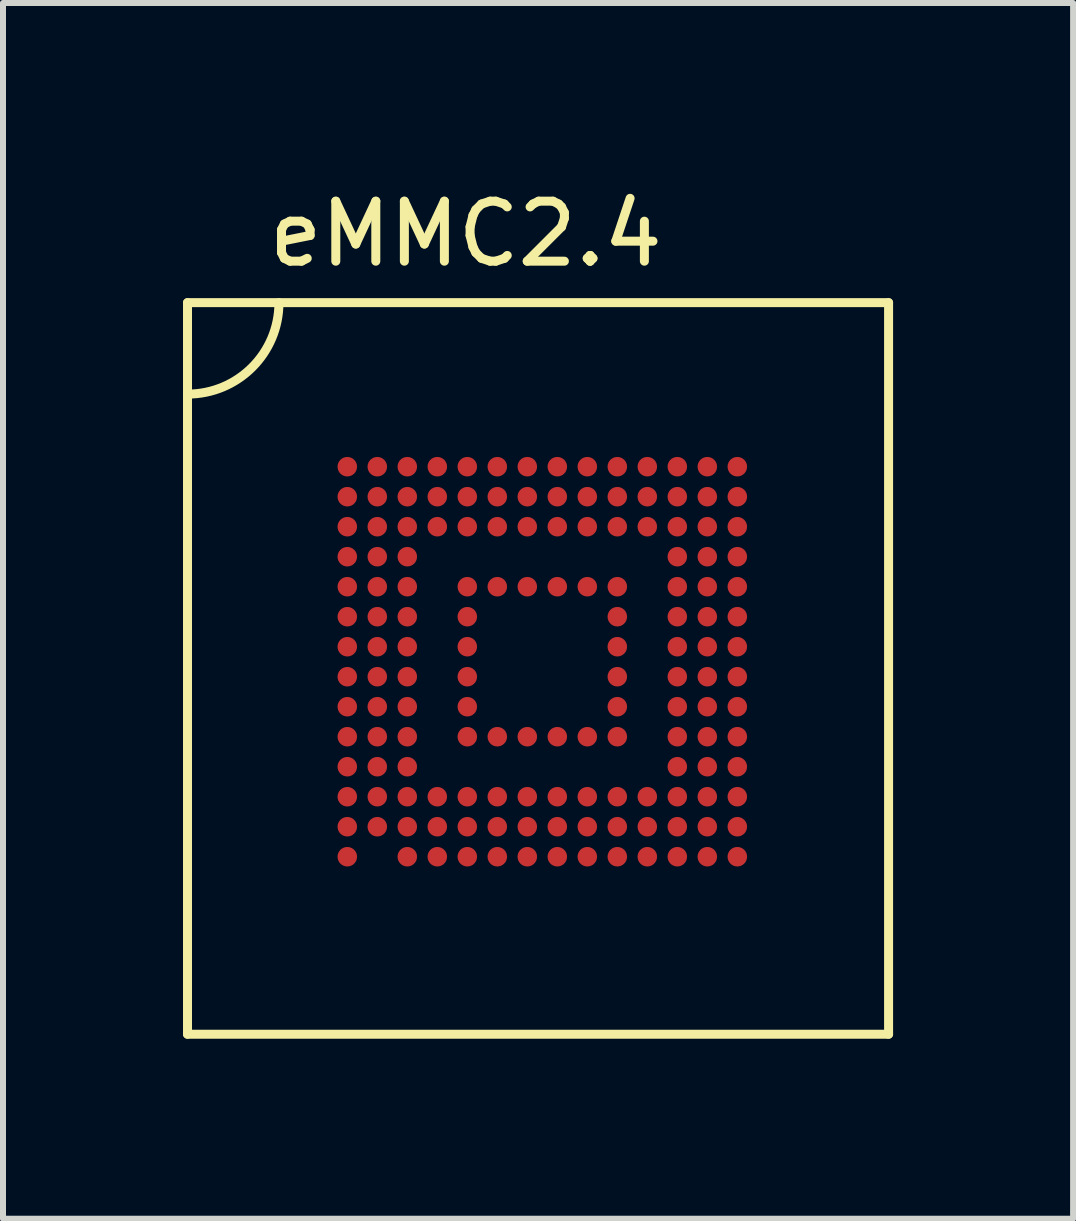
<source format=kicad_pcb>
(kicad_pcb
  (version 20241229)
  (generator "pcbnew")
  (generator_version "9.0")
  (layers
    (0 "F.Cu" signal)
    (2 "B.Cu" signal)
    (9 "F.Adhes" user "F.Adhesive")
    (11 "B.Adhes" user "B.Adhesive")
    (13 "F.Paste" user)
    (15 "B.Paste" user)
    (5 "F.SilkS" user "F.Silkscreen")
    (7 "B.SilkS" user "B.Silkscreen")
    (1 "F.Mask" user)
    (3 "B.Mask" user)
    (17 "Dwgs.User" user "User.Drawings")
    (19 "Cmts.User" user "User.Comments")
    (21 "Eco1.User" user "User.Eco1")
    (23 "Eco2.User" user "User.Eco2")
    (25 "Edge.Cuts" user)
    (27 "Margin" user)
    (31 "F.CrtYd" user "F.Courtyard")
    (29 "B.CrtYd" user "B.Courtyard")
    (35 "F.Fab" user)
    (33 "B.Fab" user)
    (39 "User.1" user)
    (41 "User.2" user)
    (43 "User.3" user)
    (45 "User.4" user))
  (footprint "eMMC2.4"
    (layer "F.Cu")
    (at 0.583 0.978)
    (property "Reference" "eMMC2.4" (at 4.13 -0.13 0) (layer "F.SilkS") (effects (font (size 1 1) (thickness 0.15))))
    (attr through_hole)
    (fp_line (start -0.508 1.016) (end -0.508 13.208) (stroke (width 0.15) (type solid)) (layer "F.SilkS"))
    (fp_line (start -0.508 13.208) (end 11.176 13.208) (stroke (width 0.15) (type solid)) (layer "F.SilkS"))
    (fp_line (start 11.176 1.016) (end -0.508 1.016) (stroke (width 0.15) (type solid)) (layer "F.SilkS"))
    (fp_line (start 11.176 13.208) (end 11.176 1.016) (stroke (width 0.15) (type solid)) (layer "F.SilkS"))
    (fp_arc (start 1.016 1.016) (mid 0.569631 2.093631) (end -0.508 2.54) (stroke (width 0.15) (type solid)) (layer "F.SilkS"))
    (pad "1" smd circle (at 3.155 3.75 180) (size 0.325 0.325) (layers "F.Cu" "F.Mask" "F.Paste"))
    (pad "2" smd circle (at 3.655 3.75 180) (size 0.325 0.325) (layers "F.Cu" "F.Mask" "F.Paste"))
    (pad "3" smd circle (at 4.155 3.75 180) (size 0.325 0.325) (layers "F.Cu" "F.Mask" "F.Paste"))
    (pad "4" smd circle (at 5.655 3.75 180) (size 0.325 0.325) (layers "F.Cu" "F.Mask" "F.Paste"))
    (pad "5" smd circle (at 6.155 3.75 180) (size 0.325 0.325) (layers "F.Cu" "F.Mask" "F.Paste"))
    (pad "6" smd circle (at 2.655 4.25 180) (size 0.325 0.325) (layers "F.Cu" "F.Mask" "F.Paste"))
    (pad "7" smd circle (at 3.155 4.25 180) (size 0.325 0.325) (layers "F.Cu" "F.Mask" "F.Paste"))
    (pad "8" smd circle (at 3.655 4.25 180) (size 0.325 0.325) (layers "F.Cu" "F.Mask" "F.Paste"))
    (pad "9" smd circle (at 4.155 4.25 180) (size 0.325 0.325) (layers "F.Cu" "F.Mask" "F.Paste"))
    (pad "10" smd circle (at 4.655 4.25 180) (size 0.325 0.325) (layers "F.Cu" "F.Mask" "F.Paste"))
    (pad "11" smd circle (at 2.655 4.75 180) (size 0.325 0.325) (layers "F.Cu" "F.Mask" "F.Paste"))
    (pad "12" smd circle (at 6.655 3.75 180) (size 0.325 0.325) (layers "F.Cu" "F.Mask" "F.Paste"))
    (pad "13" smd circle (at 7.155 3.75 180) (size 0.325 0.325) (layers "F.Cu" "F.Mask" "F.Paste"))
    (pad "14" smd circle (at 5.155 3.75 180) (size 0.325 0.325) (layers "F.Cu" "F.Mask" "F.Paste"))
    (pad "15" smd circle (at 4.155 5.75 180) (size 0.325 0.325) (layers "F.Cu" "F.Mask" "F.Paste"))
    (pad "16" smd circle (at 3.155 6.75 180) (size 0.325 0.325) (layers "F.Cu" "F.Mask" "F.Paste"))
    (pad "17" smd circle (at 4.655 8.25 180) (size 0.325 0.325) (layers "F.Cu" "F.Mask" "F.Paste"))
    (pad "18" smd circle (at 5.155 8.25 180) (size 0.325 0.325) (layers "F.Cu" "F.Mask" "F.Paste"))
    (pad "19" smd circle (at 5.155 10.25 180) (size 0.325 0.325) (layers "F.Cu" "F.Mask" "F.Paste"))
    (pad "20" smd circle (at 6.655 10.25 180) (size 0.325 0.325) (layers "F.Cu" "F.Mask" "F.Paste"))
    (pad "21" smd circle (at 4.655 3.75 180) (size 0.325 0.325) (layers "F.Cu" "F.Mask" "F.Paste"))
    (pad "22" smd circle (at 5.155 5.75 180) (size 0.325 0.325) (layers "F.Cu" "F.Mask" "F.Paste"))
    (pad "23" smd circle (at 4.155 6.75 180) (size 0.325 0.325) (layers "F.Cu" "F.Mask" "F.Paste"))
    (pad "24" smd circle (at 6.655 7.25 180) (size 0.325 0.325) (layers "F.Cu" "F.Mask" "F.Paste"))
    (pad "25" smd circle (at 4.155 7.75 180) (size 0.325 0.325) (layers "F.Cu" "F.Mask" "F.Paste"))
    (pad "26" smd circle (at 5.655 8.25 180) (size 0.325 0.325) (layers "F.Cu" "F.Mask" "F.Paste"))
    (pad "27" smd circle (at 3.655 4.75 180) (size 0.325 0.325) (layers "F.Cu" "F.Mask" "F.Paste"))
    (pad "28" smd circle (at 3.655 10.25 180) (size 0.325 0.325) (layers "F.Cu" "F.Mask" "F.Paste"))
    (pad "29" smd circle (at 4.155 9.75 180) (size 0.325 0.325) (layers "F.Cu" "F.Mask" "F.Paste"))
    (pad "30" smd circle (at 4.655 10.25 180) (size 0.325 0.325) (layers "F.Cu" "F.Mask" "F.Paste"))
    (pad "31" smd circle (at 2.655 9.75 180) (size 0.325 0.325) (layers "F.Cu" "F.Mask" "F.Paste"))
    (pad "32" smd circle (at 4.655 5.75 180) (size 0.325 0.325) (layers "F.Cu" "F.Mask" "F.Paste"))
    (pad "33" smd circle (at 4.155 6.25 180) (size 0.325 0.325) (layers "F.Cu" "F.Mask" "F.Paste"))
    (pad "34" smd circle (at 6.155 8.25 180) (size 0.325 0.325) (layers "F.Cu" "F.Mask" "F.Paste"))
    (pad "35" smd circle (at 6.655 7.75 180) (size 0.325 0.325) (layers "F.Cu" "F.Mask" "F.Paste"))
    (pad "36" smd circle (at 4.655 4.75 180) (size 0.325 0.325) (layers "F.Cu" "F.Mask" "F.Paste"))
    (pad "37" smd circle (at 3.655 9.25 180) (size 0.325 0.325) (layers "F.Cu" "F.Mask" "F.Paste"))
    (pad "38" smd circle (at 3.655 9.75 180) (size 0.325 0.325) (layers "F.Cu" "F.Mask" "F.Paste"))
    (pad "39" smd circle (at 3.155 10.25 180) (size 0.325 0.325) (layers "F.Cu" "F.Mask" "F.Paste"))
    (pad "40" smd circle (at 4.155 10.25 180) (size 0.325 0.325) (layers "F.Cu" "F.Mask" "F.Paste"))
    (pad "41" smd circle (at 5.655 5.75 180) (size 0.325 0.325) (layers "F.Cu" "F.Mask" "F.Paste"))
    (pad "42" smd circle (at 6.155 5.75 180) (size 0.325 0.325) (layers "F.Cu" "F.Mask" "F.Paste"))
    (pad "43" smd circle (at 6.655 5.75 180) (size 0.325 0.325) (layers "F.Cu" "F.Mask" "F.Paste"))
    (pad "44" smd circle (at 6.655 6.25 180) (size 0.325 0.325) (layers "F.Cu" "F.Mask" "F.Paste"))
    (pad "45" smd circle (at 6.655 6.75 180) (size 0.325 0.325) (layers "F.Cu" "F.Mask" "F.Paste"))
    (pad "46" smd circle (at 6.655 8.25 180) (size 0.325 0.325) (layers "F.Cu" "F.Mask" "F.Paste"))
    (pad "47" smd circle (at 4.155 7.25 180) (size 0.325 0.325) (layers "F.Cu" "F.Mask" "F.Paste"))
    (pad "48" smd circle (at 4.155 8.25 180) (size 0.325 0.325) (layers "F.Cu" "F.Mask" "F.Paste"))
    (pad "49" smd circle (at 4.155 9.25 180) (size 0.325 0.325) (layers "F.Cu" "F.Mask" "F.Paste"))
    (pad "50" smd circle (at 4.655 9.25 180) (size 0.325 0.325) (layers "F.Cu" "F.Mask" "F.Paste"))
    (pad "51" smd circle (at 7.655 3.75 180) (size 0.325 0.325) (layers "F.Cu" "F.Mask" "F.Paste"))
    (pad "52" smd circle (at 8.155 3.75 180) (size 0.325 0.325) (layers "F.Cu" "F.Mask" "F.Paste"))
    (pad "53" smd circle (at 8.655 3.75 180) (size 0.325 0.325) (layers "F.Cu" "F.Mask" "F.Paste"))
    (pad "54" smd circle (at 2.155 4.25 180) (size 0.325 0.325) (layers "F.Cu" "F.Mask" "F.Paste"))
    (pad "55" smd circle (at 5.155 4.25 180) (size 0.325 0.325) (layers "F.Cu" "F.Mask" "F.Paste"))
    (pad "56" smd circle (at 5.655 4.25 180) (size 0.325 0.325) (layers "F.Cu" "F.Mask" "F.Paste"))
    (pad "57" smd circle (at 6.155 4.25 180) (size 0.325 0.325) (layers "F.Cu" "F.Mask" "F.Paste"))
    (pad "58" smd circle (at 6.655 4.25 180) (size 0.325 0.325) (layers "F.Cu" "F.Mask" "F.Paste"))
    (pad "59" smd circle (at 7.155 4.25 180) (size 0.325 0.325) (layers "F.Cu" "F.Mask" "F.Paste"))
    (pad "60" smd circle (at 7.655 4.25 180) (size 0.325 0.325) (layers "F.Cu" "F.Mask" "F.Paste"))
    (pad "61" smd circle (at 8.155 4.25 180) (size 0.325 0.325) (layers "F.Cu" "F.Mask" "F.Paste"))
    (pad "62" smd circle (at 8.655 4.25 180) (size 0.325 0.325) (layers "F.Cu" "F.Mask" "F.Paste"))
    (pad "63" smd circle (at 8.655 4.75 180) (size 0.325 0.325) (layers "F.Cu" "F.Mask" "F.Paste"))
    (pad "64" smd circle (at 8.155 4.75 180) (size 0.325 0.325) (layers "F.Cu" "F.Mask" "F.Paste"))
    (pad "65" smd circle (at 7.655 4.75 180) (size 0.325 0.325) (layers "F.Cu" "F.Mask" "F.Paste"))
    (pad "66" smd circle (at 7.155 4.75 180) (size 0.325 0.325) (layers "F.Cu" "F.Mask" "F.Paste"))
    (pad "67" smd circle (at 6.655 4.75 180) (size 0.325 0.325) (layers "F.Cu" "F.Mask" "F.Paste"))
    (pad "68" smd circle (at 6.155 4.75 180) (size 0.325 0.325) (layers "F.Cu" "F.Mask" "F.Paste"))
    (pad "69" smd circle (at 5.655 4.75 180) (size 0.325 0.325) (layers "F.Cu" "F.Mask" "F.Paste"))
    (pad "70" smd circle (at 5.155 4.75 180) (size 0.325 0.325) (layers "F.Cu" "F.Mask" "F.Paste"))
    (pad "71" smd circle (at 4.155 4.75 180) (size 0.325 0.325) (layers "F.Cu" "F.Mask" "F.Paste"))
    (pad "72" smd circle (at 3.155 4.75 180) (size 0.325 0.325) (layers "F.Cu" "F.Mask" "F.Paste"))
    (pad "73" smd circle (at 2.155 4.75 180) (size 0.325 0.325) (layers "F.Cu" "F.Mask" "F.Paste"))
    (pad "74" smd circle (at 2.155 5.25 180) (size 0.325 0.325) (layers "F.Cu" "F.Mask" "F.Paste"))
    (pad "75" smd circle (at 2.655 5.25 180) (size 0.325 0.325) (layers "F.Cu" "F.Mask" "F.Paste"))
    (pad "76" smd circle (at 3.155 5.25 180) (size 0.325 0.325) (layers "F.Cu" "F.Mask" "F.Paste"))
    (pad "78" smd circle (at 2.655 3.75 180) (size 0.325 0.325) (layers "F.Cu" "F.Mask" "F.Paste"))
    (pad "79" smd circle (at 2.155 5.75 180) (size 0.325 0.325) (layers "F.Cu" "F.Mask" "F.Paste"))
    (pad "80" smd circle (at 2.655 5.75 180) (size 0.325 0.325) (layers "F.Cu" "F.Mask" "F.Paste"))
    (pad "81" smd circle (at 3.155 5.75 180) (size 0.325 0.325) (layers "F.Cu" "F.Mask" "F.Paste"))
    (pad "82" smd circle (at 2.155 6.25 180) (size 0.325 0.325) (layers "F.Cu" "F.Mask" "F.Paste"))
    (pad "83" smd circle (at 2.655 6.25 180) (size 0.325 0.325) (layers "F.Cu" "F.Mask" "F.Paste"))
    (pad "84" smd circle (at 3.155 6.25 180) (size 0.325 0.325) (layers "F.Cu" "F.Mask" "F.Paste"))
    (pad "85" smd circle (at 2.155 6.75 180) (size 0.325 0.325) (layers "F.Cu" "F.Mask" "F.Paste"))
    (pad "86" smd circle (at 2.655 6.75 180) (size 0.325 0.325) (layers "F.Cu" "F.Mask" "F.Paste"))
    (pad "87" smd circle (at 2.155 7.25 180) (size 0.325 0.325) (layers "F.Cu" "F.Mask" "F.Paste"))
    (pad "88" smd circle (at 2.655 7.25 180) (size 0.325 0.325) (layers "F.Cu" "F.Mask" "F.Paste"))
    (pad "89" smd circle (at 3.155 7.25 180) (size 0.325 0.325) (layers "F.Cu" "F.Mask" "F.Paste"))
    (pad "90" smd circle (at 2.155 7.75 180) (size 0.325 0.325) (layers "F.Cu" "F.Mask" "F.Paste"))
    (pad "91" smd circle (at 2.655 7.75 180) (size 0.325 0.325) (layers "F.Cu" "F.Mask" "F.Paste"))
    (pad "92" smd circle (at 3.155 7.75 180) (size 0.325 0.325) (layers "F.Cu" "F.Mask" "F.Paste"))
    (pad "93" smd circle (at 2.155 8.25 180) (size 0.325 0.325) (layers "F.Cu" "F.Mask" "F.Paste"))
    (pad "94" smd circle (at 2.655 8.25 180) (size 0.325 0.325) (layers "F.Cu" "F.Mask" "F.Paste"))
    (pad "95" smd circle (at 3.155 8.25 180) (size 0.325 0.325) (layers "F.Cu" "F.Mask" "F.Paste"))
    (pad "96" smd circle (at 2.155 8.75 180) (size 0.325 0.325) (layers "F.Cu" "F.Mask" "F.Paste"))
    (pad "97" smd circle (at 2.655 8.75 180) (size 0.325 0.325) (layers "F.Cu" "F.Mask" "F.Paste"))
    (pad "98" smd circle (at 3.155 8.75 180) (size 0.325 0.325) (layers "F.Cu" "F.Mask" "F.Paste"))
    (pad "99" smd circle (at 2.155 9.25 180) (size 0.325 0.325) (layers "F.Cu" "F.Mask" "F.Paste"))
    (pad "100" smd circle (at 2.655 9.25 180) (size 0.325 0.325) (layers "F.Cu" "F.Mask" "F.Paste"))
    (pad "101" smd circle (at 3.155 9.25 180) (size 0.325 0.325) (layers "F.Cu" "F.Mask" "F.Paste"))
    (pad "102" smd circle (at 2.155 9.75 180) (size 0.325 0.325) (layers "F.Cu" "F.Mask" "F.Paste"))
    (pad "103" smd circle (at 3.155 9.75 180) (size 0.325 0.325) (layers "F.Cu" "F.Mask" "F.Paste"))
    (pad "104" smd circle (at 2.155 10.25 180) (size 0.325 0.325) (layers "F.Cu" "F.Mask" "F.Paste"))
    (pad "106" smd circle (at 4.655 9.75 180) (size 0.325 0.325) (layers "F.Cu" "F.Mask" "F.Paste"))
    (pad "107" smd circle (at 5.155 9.75 180) (size 0.325 0.325) (layers "F.Cu" "F.Mask" "F.Paste"))
    (pad "108" smd circle (at 5.155 9.25 180) (size 0.325 0.325) (layers "F.Cu" "F.Mask" "F.Paste"))
    (pad "109" smd circle (at 5.655 9.25 180) (size 0.325 0.325) (layers "F.Cu" "F.Mask" "F.Paste"))
    (pad "110" smd circle (at 5.655 9.75 180) (size 0.325 0.325) (layers "F.Cu" "F.Mask" "F.Paste"))
    (pad "111" smd circle (at 5.655 10.25 180) (size 0.325 0.325) (layers "F.Cu" "F.Mask" "F.Paste"))
    (pad "112" smd circle (at 6.155 10.25 180) (size 0.325 0.325) (layers "F.Cu" "F.Mask" "F.Paste"))
    (pad "113" smd circle (at 6.155 9.75 180) (size 0.325 0.325) (layers "F.Cu" "F.Mask" "F.Paste"))
    (pad "114" smd circle (at 6.155 9.25 180) (size 0.325 0.325) (layers "F.Cu" "F.Mask" "F.Paste"))
    (pad "115" smd circle (at 6.655 9.25 180) (size 0.325 0.325) (layers "F.Cu" "F.Mask" "F.Paste"))
    (pad "116" smd circle (at 6.655 9.75 180) (size 0.325 0.325) (layers "F.Cu" "F.Mask" "F.Paste"))
    (pad "117" smd circle (at 7.155 10.25 180) (size 0.325 0.325) (layers "F.Cu" "F.Mask" "F.Paste"))
    (pad "118" smd circle (at 7.155 9.75 180) (size 0.325 0.325) (layers "F.Cu" "F.Mask" "F.Paste"))
    (pad "119" smd circle (at 7.155 9.25 180) (size 0.325 0.325) (layers "F.Cu" "F.Mask" "F.Paste"))
    (pad "120" smd circle (at 7.655 9.25 180) (size 0.325 0.325) (layers "F.Cu" "F.Mask" "F.Paste"))
    (pad "121" smd circle (at 7.655 9.75 180) (size 0.325 0.325) (layers "F.Cu" "F.Mask" "F.Paste"))
    (pad "122" smd circle (at 7.655 10.25 180) (size 0.325 0.325) (layers "F.Cu" "F.Mask" "F.Paste"))
    (pad "123" smd circle (at 8.155 10.25 180) (size 0.325 0.325) (layers "F.Cu" "F.Mask" "F.Paste"))
    (pad "124" smd circle (at 8.155 9.75 180) (size 0.325 0.325) (layers "F.Cu" "F.Mask" "F.Paste"))
    (pad "125" smd circle (at 8.155 9.25 180) (size 0.325 0.325) (layers "F.Cu" "F.Mask" "F.Paste"))
    (pad "126" smd circle (at 8.655 9.25 180) (size 0.325 0.325) (layers "F.Cu" "F.Mask" "F.Paste"))
    (pad "127" smd circle (at 8.655 10.25 180) (size 0.325 0.325) (layers "F.Cu" "F.Mask" "F.Paste"))
    (pad "128" smd circle (at 8.655 9.75 180) (size 0.325 0.325) (layers "F.Cu" "F.Mask" "F.Paste"))
    (pad "129" smd circle (at 8.655 8.75 180) (size 0.325 0.325) (layers "F.Cu" "F.Mask" "F.Paste"))
    (pad "130" smd circle (at 8.655 8.25 180) (size 0.325 0.325) (layers "F.Cu" "F.Mask" "F.Paste"))
    (pad "131" smd circle (at 8.655 7.75 180) (size 0.325 0.325) (layers "F.Cu" "F.Mask" "F.Paste"))
    (pad "132" smd circle (at 8.655 7.25 180) (size 0.325 0.325) (layers "F.Cu" "F.Mask" "F.Paste"))
    (pad "133" smd circle (at 8.655 6.75 180) (size 0.325 0.325) (layers "F.Cu" "F.Mask" "F.Paste"))
    (pad "134" smd circle (at 8.655 6.25 180) (size 0.325 0.325) (layers "F.Cu" "F.Mask" "F.Paste"))
    (pad "135" smd circle (at 8.655 5.75 180) (size 0.325 0.325) (layers "F.Cu" "F.Mask" "F.Paste"))
    (pad "136" smd circle (at 8.655 5.25 180) (size 0.325 0.325) (layers "F.Cu" "F.Mask" "F.Paste"))
    (pad "137" smd circle (at 8.155 5.25 180) (size 0.325 0.325) (layers "F.Cu" "F.Mask" "F.Paste"))
    (pad "138" smd circle (at 8.155 5.75 180) (size 0.325 0.325) (layers "F.Cu" "F.Mask" "F.Paste"))
    (pad "139" smd circle (at 8.155 6.25 180) (size 0.325 0.325) (layers "F.Cu" "F.Mask" "F.Paste"))
    (pad "140" smd circle (at 8.155 6.75 180) (size 0.325 0.325) (layers "F.Cu" "F.Mask" "F.Paste"))
    (pad "141" smd circle (at 8.155 7.25 180) (size 0.325 0.325) (layers "F.Cu" "F.Mask" "F.Paste"))
    (pad "142" smd circle (at 8.155 7.75 180) (size 0.325 0.325) (layers "F.Cu" "F.Mask" "F.Paste"))
    (pad "143" smd circle (at 8.155 8.25 180) (size 0.325 0.325) (layers "F.Cu" "F.Mask" "F.Paste"))
    (pad "144" smd circle (at 8.155 8.75 180) (size 0.325 0.325) (layers "F.Cu" "F.Mask" "F.Paste"))
    (pad "145" smd circle (at 7.655 8.75 180) (size 0.325 0.325) (layers "F.Cu" "F.Mask" "F.Paste"))
    (pad "146" smd circle (at 7.655 8.25 180) (size 0.325 0.325) (layers "F.Cu" "F.Mask" "F.Paste"))
    (pad "147" smd circle (at 7.655 7.75 180) (size 0.325 0.325) (layers "F.Cu" "F.Mask" "F.Paste"))
    (pad "148" smd circle (at 7.655 7.25 180) (size 0.325 0.325) (layers "F.Cu" "F.Mask" "F.Paste"))
    (pad "149" smd circle (at 7.655 6.75 180) (size 0.325 0.325) (layers "F.Cu" "F.Mask" "F.Paste"))
    (pad "150" smd circle (at 7.655 6.25 180) (size 0.325 0.325) (layers "F.Cu" "F.Mask" "F.Paste"))
    (pad "151" smd circle (at 7.655 5.75 180) (size 0.325 0.325) (layers "F.Cu" "F.Mask" "F.Paste"))
    (pad "152" smd circle (at 7.655 5.25 180) (size 0.325 0.325) (layers "F.Cu" "F.Mask" "F.Paste"))
    (pad "153" smd circle (at 2.155 3.75 180) (size 0.325 0.325) (layers "F.Cu" "F.Mask" "F.Paste")))
  (gr_rect
    (start -3 -3)
    (end 14.834 17.261)
    (stroke (width 0.1) (type default))
    (fill no)
    (layer "Edge.Cuts")))
</source>
